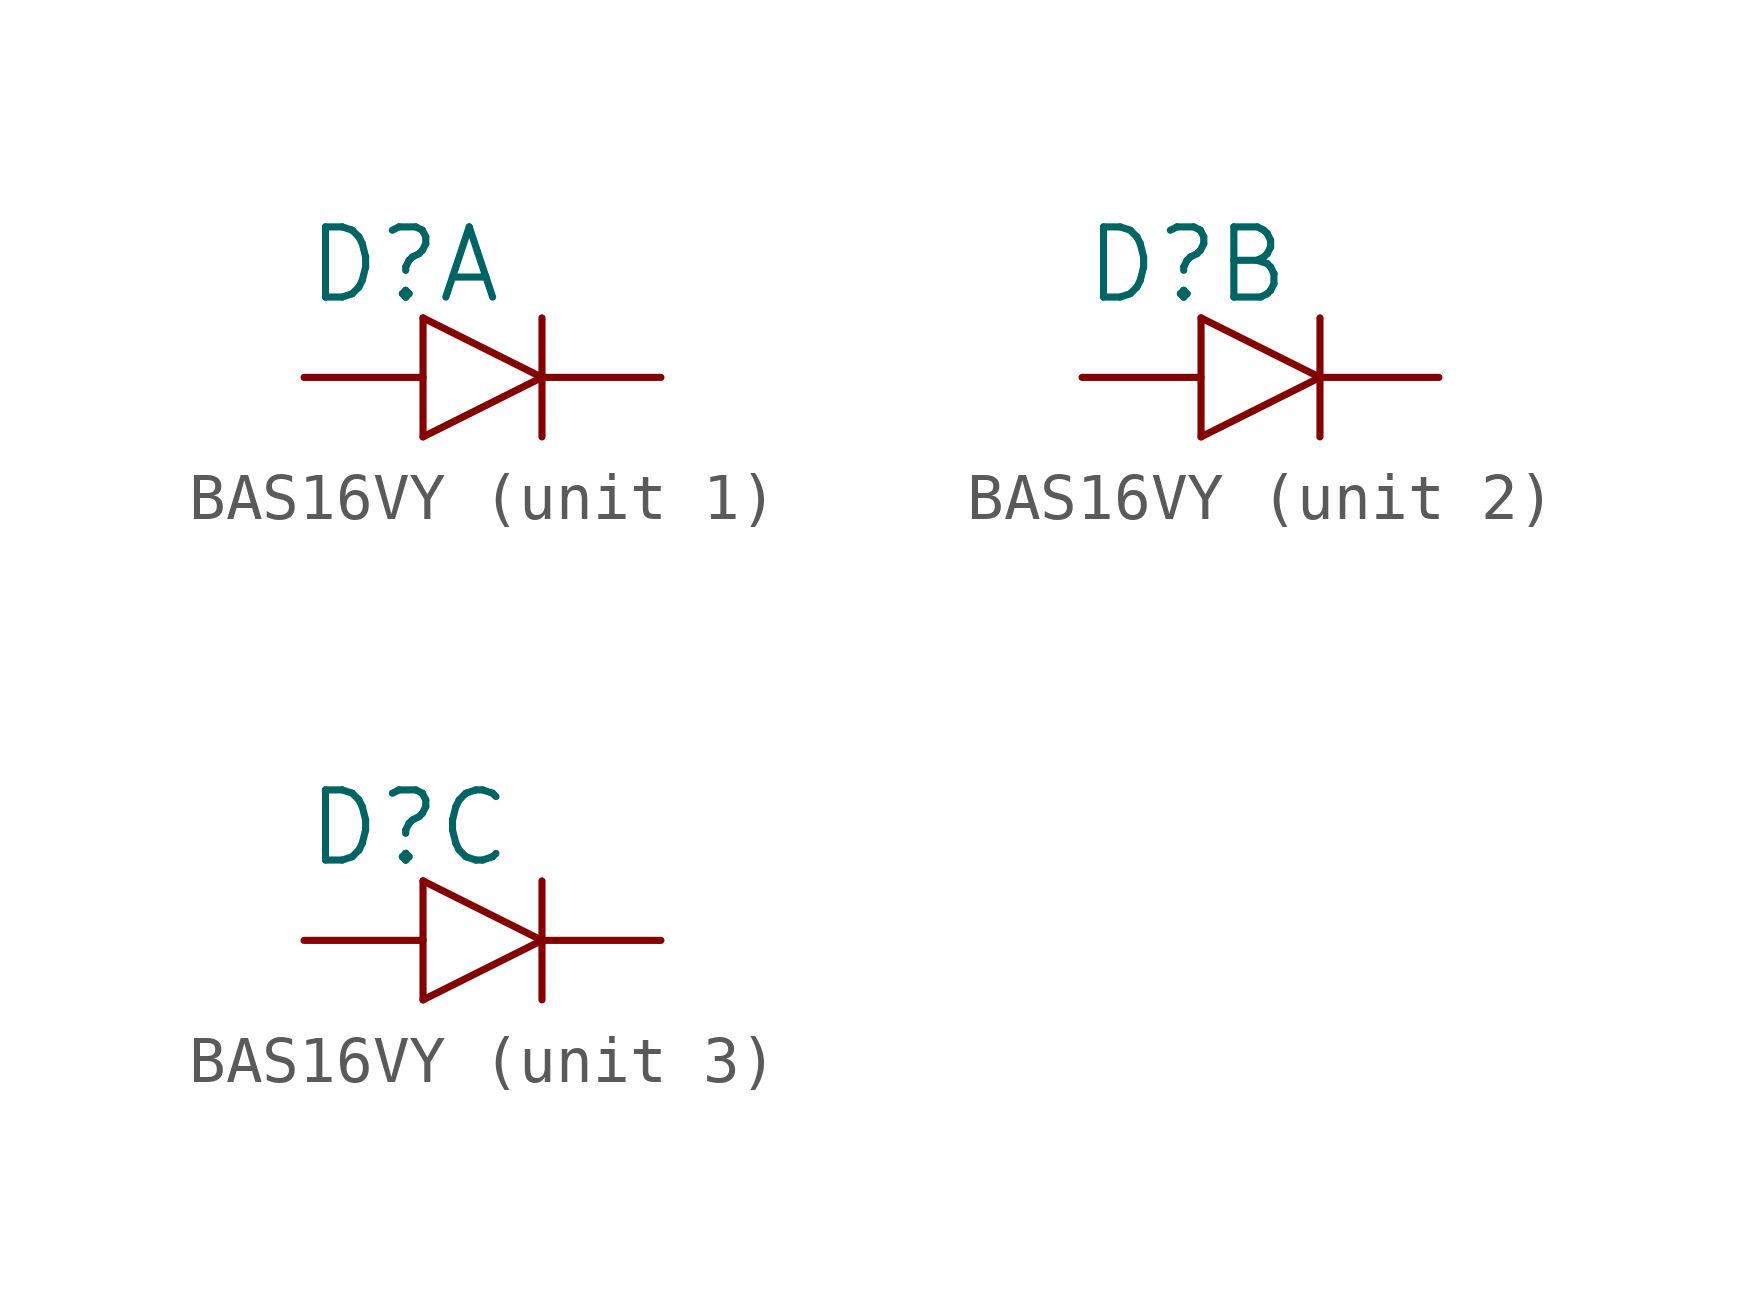
<source format=kicad_sym>
(kicad_symbol_lib
  (version 20211014)
  (generator kicad_symbol_editor)
  (symbol "BAS16VY"
    (pin_names
      (offset 1.016))
    (property "Reference" "D"
      (at -3.81 1.524 0)
      (effects (font (size 1.499 1.499)) (justify left bottom)))
    (property "ki_locked" ""
      (at 0 0 0)
      (effects (font (size 1.27 1.27))))
    (symbol "BAS16VY_1_0"
      (polyline (pts (xy -1.27 -1.27) (xy 1.27 0)) (stroke (width 0) (type default) (color 0 0 0 0)) (fill (type none)))
      (polyline (pts (xy -1.27 1.27) (xy -1.27 -1.27)) (stroke (width 0) (type default) (color 0 0 0 0)) (fill (type none)))
      (polyline (pts (xy 1.27 0) (xy -1.27 1.27)) (stroke (width 0) (type default) (color 0 0 0 0)) (fill (type none)))
      (polyline (pts (xy 1.27 0) (xy 1.27 -1.27)) (stroke (width 0) (type default) (color 0 0 0 0)) (fill (type none)))
      (polyline (pts (xy 1.27 1.27) (xy 1.27 0)) (stroke (width 0) (type default) (color 0 0 0 0)) (fill (type none)))
      (pin passive line (at -3.81 0 0) (length 2.54) (name "A" (effects (font (size 0 0)))) (number "1" (effects (font (size 0 0)))))
      (pin passive line (at 3.81 0 180) (length 2.54) (name "C" (effects (font (size 0 0)))) (number "6" (effects (font (size 0 0))))))
    (symbol "BAS16VY_2_0"
      (polyline (pts (xy -1.27 -1.27) (xy 1.27 0)) (stroke (width 0) (type default) (color 0 0 0 0)) (fill (type none)))
      (polyline (pts (xy -1.27 1.27) (xy -1.27 -1.27)) (stroke (width 0) (type default) (color 0 0 0 0)) (fill (type none)))
      (polyline (pts (xy 1.27 0) (xy -1.27 1.27)) (stroke (width 0) (type default) (color 0 0 0 0)) (fill (type none)))
      (polyline (pts (xy 1.27 0) (xy 1.27 -1.27)) (stroke (width 0) (type default) (color 0 0 0 0)) (fill (type none)))
      (polyline (pts (xy 1.27 1.27) (xy 1.27 0)) (stroke (width 0) (type default) (color 0 0 0 0)) (fill (type none)))
      (pin passive line (at -3.81 0 0) (length 2.54) (name "A" (effects (font (size 0 0)))) (number "2" (effects (font (size 0 0)))))
      (pin passive line (at 3.81 0 180) (length 2.54) (name "C" (effects (font (size 0 0)))) (number "5" (effects (font (size 0 0))))))
    (symbol "BAS16VY_3_0"
      (polyline (pts (xy -1.27 -1.27) (xy 1.27 0)) (stroke (width 0) (type default) (color 0 0 0 0)) (fill (type none)))
      (polyline (pts (xy -1.27 1.27) (xy -1.27 -1.27)) (stroke (width 0) (type default) (color 0 0 0 0)) (fill (type none)))
      (polyline (pts (xy 1.27 0) (xy -1.27 1.27)) (stroke (width 0) (type default) (color 0 0 0 0)) (fill (type none)))
      (polyline (pts (xy 1.27 0) (xy 1.27 -1.27)) (stroke (width 0) (type default) (color 0 0 0 0)) (fill (type none)))
      (polyline (pts (xy 1.27 1.27) (xy 1.27 0)) (stroke (width 0) (type default) (color 0 0 0 0)) (fill (type none)))
      (pin passive line (at -3.81 0 0) (length 2.54) (name "A" (effects (font (size 0 0)))) (number "3" (effects (font (size 0 0)))))
      (pin passive line (at 3.81 0 180) (length 2.54) (name "C" (effects (font (size 0 0)))) (number "4" (effects (font (size 0 0))))))))
</source>
